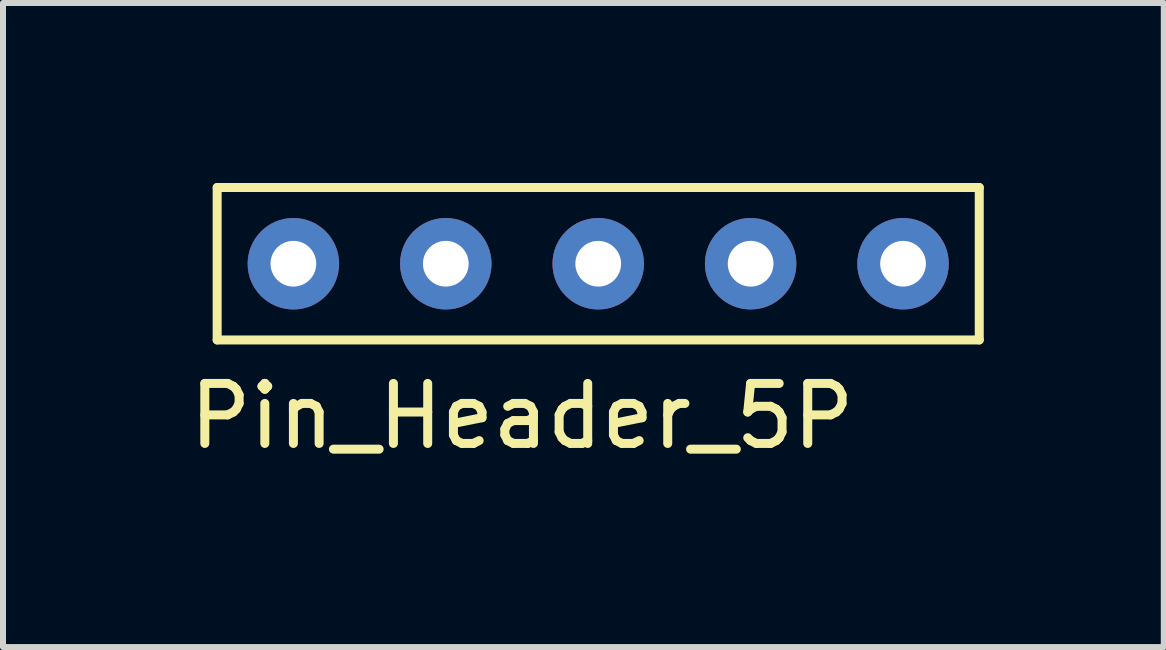
<source format=kicad_pcb>
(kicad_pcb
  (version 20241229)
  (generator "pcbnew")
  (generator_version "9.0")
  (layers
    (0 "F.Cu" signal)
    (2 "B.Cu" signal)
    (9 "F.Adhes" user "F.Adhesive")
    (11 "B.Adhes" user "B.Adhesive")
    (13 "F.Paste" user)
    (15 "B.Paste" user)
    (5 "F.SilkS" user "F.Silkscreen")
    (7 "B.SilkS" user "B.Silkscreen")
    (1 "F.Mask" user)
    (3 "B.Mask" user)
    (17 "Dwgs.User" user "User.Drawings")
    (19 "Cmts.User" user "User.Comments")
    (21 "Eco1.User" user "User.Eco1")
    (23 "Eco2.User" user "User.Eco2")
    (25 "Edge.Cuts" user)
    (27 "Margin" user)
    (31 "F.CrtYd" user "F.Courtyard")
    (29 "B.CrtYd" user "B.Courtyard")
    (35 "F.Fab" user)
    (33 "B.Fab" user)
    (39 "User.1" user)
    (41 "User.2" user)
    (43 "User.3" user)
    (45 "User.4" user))
  (footprint "Pin_Header_5P"
    (layer "F.Cu")
    (at 6.919 1.345)
    (property "Reference" "Pin_Header_5P" (at -1.27 2.54 0) (layer "F.SilkS") (effects (font (size 1 1) (thickness 0.15))))
    (attr through_hole)
    (fp_line (start -6.35 -1.27) (end -6.35 1.27) (stroke (width 0.15) (type solid)) (layer "F.SilkS"))
    (fp_line (start -6.35 1.27) (end 6.35 1.27) (stroke (width 0.15) (type solid)) (layer "F.SilkS"))
    (fp_line (start 6.35 -1.27) (end -6.35 -1.27) (stroke (width 0.15) (type solid)) (layer "F.SilkS"))
    (fp_line (start 6.35 1.27) (end 6.35 -1.27) (stroke (width 0.15) (type solid)) (layer "F.SilkS"))
    (pad "1" thru_hole circle (at -5.08 0) (size 1.524 1.524) (drill 0.762) (layers "*.Cu" "*.Mask"))
    (pad "2" thru_hole circle (at -2.54 0) (size 1.524 1.524) (drill 0.762) (layers "*.Cu" "*.Mask"))
    (pad "3" thru_hole circle (at 0 0) (size 1.524 1.524) (drill 0.762) (layers "*.Cu" "*.Mask"))
    (pad "4" thru_hole circle (at 2.54 0) (size 1.524 1.524) (drill 0.762) (layers "*.Cu" "*.Mask"))
    (pad "5" thru_hole circle (at 5.08 0) (size 1.524 1.524) (drill 0.762) (layers "*.Cu" "*.Mask")))
  (gr_rect
    (start -3 -3)
    (end 16.344 7.733)
    (stroke (width 0.1) (type default))
    (fill no)
    (layer "Edge.Cuts")))
</source>
